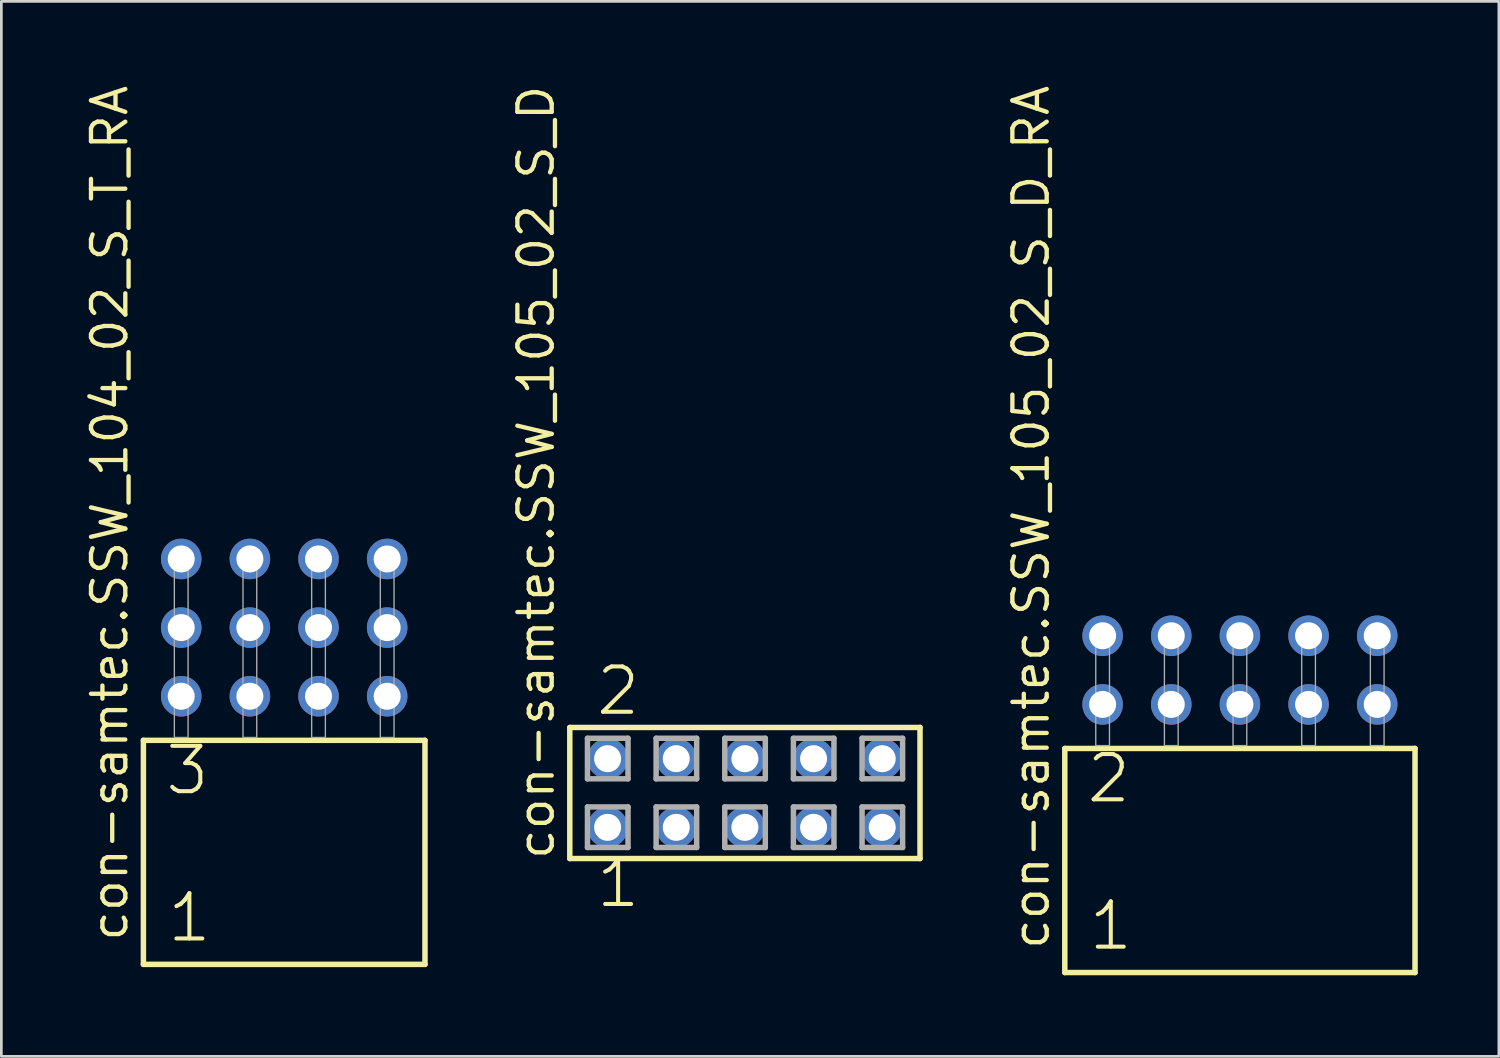
<source format=kicad_pcb>
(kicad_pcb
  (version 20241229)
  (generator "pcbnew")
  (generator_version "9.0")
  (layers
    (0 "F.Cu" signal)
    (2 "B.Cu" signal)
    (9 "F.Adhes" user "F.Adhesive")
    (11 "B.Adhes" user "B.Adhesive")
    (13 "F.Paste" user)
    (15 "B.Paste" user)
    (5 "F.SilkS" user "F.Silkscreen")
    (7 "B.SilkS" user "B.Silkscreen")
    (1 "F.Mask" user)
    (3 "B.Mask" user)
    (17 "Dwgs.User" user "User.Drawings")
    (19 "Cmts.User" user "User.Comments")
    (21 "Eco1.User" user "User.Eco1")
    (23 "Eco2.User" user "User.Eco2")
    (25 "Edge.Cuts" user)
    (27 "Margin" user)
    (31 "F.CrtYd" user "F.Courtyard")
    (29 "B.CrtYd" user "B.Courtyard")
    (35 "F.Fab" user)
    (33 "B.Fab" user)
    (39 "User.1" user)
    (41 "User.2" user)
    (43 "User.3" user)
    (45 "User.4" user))
  (footprint "con-samtec.SSW_104_02_S_T_RA"
    (layer "F.Cu")
    (at 7.465 24.235)
    (property "Reference" "con-samtec.SSW_104_02_S_T_RA" (at -5.715 7.62 90) (layer "F.SilkS") (effects (font (size 1.27 1.27) (thickness 0.16)) (justify left bottom)))
    (attr through_hole)
    (fp_line (start -5.209 0.106) (end -5.209 8.396) (stroke (width 0.203) (type default)) (layer "F.SilkS"))
    (fp_line (start -5.209 8.396) (end 5.209 8.396) (stroke (width 0.203) (type default)) (layer "F.SilkS"))
    (fp_line (start 5.209 0.106) (end -5.209 0.106) (stroke (width 0.203) (type default)) (layer "F.SilkS"))
    (fp_line (start 5.209 8.396) (end 5.209 0.106) (stroke (width 0.203) (type default)) (layer "F.SilkS"))
    (fp_rect (start -4.064 0) (end -3.556 -6.858) (stroke (width 0.05) (type default)) (fill no) (layer "F.Fab"))
    (fp_rect (start -1.524 0) (end -1.016 -6.858) (stroke (width 0.05) (type default)) (fill no) (layer "F.Fab"))
    (fp_rect (start 1.016 0) (end 1.524 -6.858) (stroke (width 0.05) (type default)) (fill no) (layer "F.Fab"))
    (fp_rect (start 3.556 0) (end 4.064 -6.858) (stroke (width 0.05) (type default)) (fill no) (layer "F.Fab"))
    (fp_text user "3" (at -4.48 2.2 0) (layer "F.SilkS") (effects (font (size 1.676 1.676) (thickness 0.15)) (justify left bottom)))
    (fp_text user "1" (at -4.405 7.65 0) (layer "F.SilkS") (effects (font (size 1.676 1.676) (thickness 0.15)) (justify left bottom)))
    (pad "1" thru_hole circle (at -3.81 -1.524) (size 1.5 1.5) (drill 1) (layers "*.Cu" "*.Mask"))
    (pad "2" thru_hole circle (at -3.81 -4.064) (size 1.5 1.5) (drill 1) (layers "*.Cu" "*.Mask"))
    (pad "3" thru_hole circle (at -3.81 -6.604) (size 1.5 1.5) (drill 1) (layers "*.Cu" "*.Mask"))
    (pad "4" thru_hole circle (at -1.27 -1.524) (size 1.5 1.5) (drill 1) (layers "*.Cu" "*.Mask"))
    (pad "5" thru_hole circle (at -1.27 -4.064) (size 1.5 1.5) (drill 1) (layers "*.Cu" "*.Mask"))
    (pad "6" thru_hole circle (at -1.27 -6.604) (size 1.5 1.5) (drill 1) (layers "*.Cu" "*.Mask"))
    (pad "7" thru_hole circle (at 1.27 -1.524) (size 1.5 1.5) (drill 1) (layers "*.Cu" "*.Mask"))
    (pad "8" thru_hole circle (at 1.27 -4.064) (size 1.5 1.5) (drill 1) (layers "*.Cu" "*.Mask"))
    (pad "9" thru_hole circle (at 1.27 -6.604) (size 1.5 1.5) (drill 1) (layers "*.Cu" "*.Mask"))
    (pad "10" thru_hole circle (at 3.81 -1.524) (size 1.5 1.5) (drill 1) (layers "*.Cu" "*.Mask"))
    (pad "11" thru_hole circle (at 3.81 -4.064) (size 1.5 1.5) (drill 1) (layers "*.Cu" "*.Mask"))
    (pad "12" thru_hole circle (at 3.81 -6.604) (size 1.5 1.5) (drill 1) (layers "*.Cu" "*.Mask")))
  (footprint "con-samtec.SSW_105_02_S_D"
    (layer "F.Cu")
    (at 24.511 26.291)
    (property "Reference" "con-samtec.SSW_105_02_S_D" (at -6.985 2.54 90) (layer "F.SilkS") (effects (font (size 1.27 1.27) (thickness 0.16)) (justify left bottom)))
    (attr through_hole)
    (fp_line (start -6.479 -2.425) (end 6.479 -2.425) (stroke (width 0.203) (type default)) (layer "F.SilkS"))
    (fp_line (start -6.479 2.425) (end -6.479 -2.425) (stroke (width 0.203) (type default)) (layer "F.SilkS"))
    (fp_line (start 6.479 -2.425) (end 6.479 2.425) (stroke (width 0.203) (type default)) (layer "F.SilkS"))
    (fp_line (start 6.479 2.425) (end -6.479 2.425) (stroke (width 0.203) (type default)) (layer "F.SilkS"))
    (fp_line (start -5.825 -2.025) (end -4.325 -2.025) (stroke (width 0.203) (type default)) (layer "F.Fab"))
    (fp_line (start -5.825 -0.525) (end -5.825 -2.025) (stroke (width 0.203) (type default)) (layer "F.Fab"))
    (fp_line (start -5.825 0.515) (end -4.325 0.515) (stroke (width 0.203) (type default)) (layer "F.Fab"))
    (fp_line (start -5.825 2.015) (end -5.825 0.515) (stroke (width 0.203) (type default)) (layer "F.Fab"))
    (fp_line (start -4.325 -2.025) (end -4.325 -0.525) (stroke (width 0.203) (type default)) (layer "F.Fab"))
    (fp_line (start -4.325 -0.525) (end -5.825 -0.525) (stroke (width 0.203) (type default)) (layer "F.Fab"))
    (fp_line (start -4.325 0.515) (end -4.325 2.015) (stroke (width 0.203) (type default)) (layer "F.Fab"))
    (fp_line (start -4.325 2.015) (end -5.825 2.015) (stroke (width 0.203) (type default)) (layer "F.Fab"))
    (fp_line (start -3.285 -2.025) (end -1.785 -2.025) (stroke (width 0.203) (type default)) (layer "F.Fab"))
    (fp_line (start -3.285 -0.525) (end -3.285 -2.025) (stroke (width 0.203) (type default)) (layer "F.Fab"))
    (fp_line (start -3.285 0.515) (end -1.785 0.515) (stroke (width 0.203) (type default)) (layer "F.Fab"))
    (fp_line (start -3.285 2.015) (end -3.285 0.515) (stroke (width 0.203) (type default)) (layer "F.Fab"))
    (fp_line (start -1.785 -2.025) (end -1.785 -0.525) (stroke (width 0.203) (type default)) (layer "F.Fab"))
    (fp_line (start -1.785 -0.525) (end -3.285 -0.525) (stroke (width 0.203) (type default)) (layer "F.Fab"))
    (fp_line (start -1.785 0.515) (end -1.785 2.015) (stroke (width 0.203) (type default)) (layer "F.Fab"))
    (fp_line (start -1.785 2.015) (end -3.285 2.015) (stroke (width 0.203) (type default)) (layer "F.Fab"))
    (fp_line (start -0.745 -2.025) (end 0.755 -2.025) (stroke (width 0.203) (type default)) (layer "F.Fab"))
    (fp_line (start -0.745 -0.525) (end -0.745 -2.025) (stroke (width 0.203) (type default)) (layer "F.Fab"))
    (fp_line (start -0.745 0.515) (end 0.755 0.515) (stroke (width 0.203) (type default)) (layer "F.Fab"))
    (fp_line (start -0.745 2.015) (end -0.745 0.515) (stroke (width 0.203) (type default)) (layer "F.Fab"))
    (fp_line (start 0.755 -2.025) (end 0.755 -0.525) (stroke (width 0.203) (type default)) (layer "F.Fab"))
    (fp_line (start 0.755 -0.525) (end -0.745 -0.525) (stroke (width 0.203) (type default)) (layer "F.Fab"))
    (fp_line (start 0.755 0.515) (end 0.755 2.015) (stroke (width 0.203) (type default)) (layer "F.Fab"))
    (fp_line (start 0.755 2.015) (end -0.745 2.015) (stroke (width 0.203) (type default)) (layer "F.Fab"))
    (fp_line (start 1.795 -2.025) (end 3.295 -2.025) (stroke (width 0.203) (type default)) (layer "F.Fab"))
    (fp_line (start 1.795 -0.525) (end 1.795 -2.025) (stroke (width 0.203) (type default)) (layer "F.Fab"))
    (fp_line (start 1.795 0.515) (end 3.295 0.515) (stroke (width 0.203) (type default)) (layer "F.Fab"))
    (fp_line (start 1.795 2.015) (end 1.795 0.515) (stroke (width 0.203) (type default)) (layer "F.Fab"))
    (fp_line (start 3.295 -2.025) (end 3.295 -0.525) (stroke (width 0.203) (type default)) (layer "F.Fab"))
    (fp_line (start 3.295 -0.525) (end 1.795 -0.525) (stroke (width 0.203) (type default)) (layer "F.Fab"))
    (fp_line (start 3.295 0.515) (end 3.295 2.015) (stroke (width 0.203) (type default)) (layer "F.Fab"))
    (fp_line (start 3.295 2.015) (end 1.795 2.015) (stroke (width 0.203) (type default)) (layer "F.Fab"))
    (fp_line (start 4.335 -2.025) (end 5.835 -2.025) (stroke (width 0.203) (type default)) (layer "F.Fab"))
    (fp_line (start 4.335 -0.525) (end 4.335 -2.025) (stroke (width 0.203) (type default)) (layer "F.Fab"))
    (fp_line (start 4.335 0.515) (end 5.835 0.515) (stroke (width 0.203) (type default)) (layer "F.Fab"))
    (fp_line (start 4.335 2.015) (end 4.335 0.515) (stroke (width 0.203) (type default)) (layer "F.Fab"))
    (fp_line (start 5.835 -2.025) (end 5.835 -0.525) (stroke (width 0.203) (type default)) (layer "F.Fab"))
    (fp_line (start 5.835 -0.525) (end 4.335 -0.525) (stroke (width 0.203) (type default)) (layer "F.Fab"))
    (fp_line (start 5.835 0.515) (end 5.835 2.015) (stroke (width 0.203) (type default)) (layer "F.Fab"))
    (fp_line (start 5.835 2.015) (end 4.335 2.015) (stroke (width 0.203) (type default)) (layer "F.Fab"))
    (fp_text user "2" (at -5.588 -2.794 0) (layer "F.SilkS") (effects (font (size 1.676 1.676) (thickness 0.15)) (justify left bottom)))
    (fp_text user "1" (at -5.588 4.318 0) (layer "F.SilkS") (effects (font (size 1.676 1.676) (thickness 0.15)) (justify left bottom)))
    (pad "1" thru_hole circle (at -5.08 1.27) (size 1.5 1.5) (drill 1) (layers "*.Cu" "*.Mask"))
    (pad "2" thru_hole circle (at -5.08 -1.27) (size 1.5 1.5) (drill 1) (layers "*.Cu" "*.Mask"))
    (pad "3" thru_hole circle (at -2.54 1.27) (size 1.5 1.5) (drill 1) (layers "*.Cu" "*.Mask"))
    (pad "4" thru_hole circle (at -2.54 -1.27) (size 1.5 1.5) (drill 1) (layers "*.Cu" "*.Mask"))
    (pad "5" thru_hole circle (at 0 1.27) (size 1.5 1.5) (drill 1) (layers "*.Cu" "*.Mask"))
    (pad "6" thru_hole circle (at 0 -1.27) (size 1.5 1.5) (drill 1) (layers "*.Cu" "*.Mask"))
    (pad "7" thru_hole circle (at 2.54 1.27) (size 1.5 1.5) (drill 1) (layers "*.Cu" "*.Mask"))
    (pad "8" thru_hole circle (at 2.54 -1.27) (size 1.5 1.5) (drill 1) (layers "*.Cu" "*.Mask"))
    (pad "9" thru_hole circle (at 5.08 1.27) (size 1.5 1.5) (drill 1) (layers "*.Cu" "*.Mask"))
    (pad "10" thru_hole circle (at 5.08 -1.27) (size 1.5 1.5) (drill 1) (layers "*.Cu" "*.Mask")))
  (footprint "con-samtec.SSW_105_02_S_D_RA"
    (layer "F.Cu")
    (at 42.826 24.537)
    (property "Reference" "con-samtec.SSW_105_02_S_D_RA" (at -6.985 7.62 90) (layer "F.SilkS") (effects (font (size 1.27 1.27) (thickness 0.16)) (justify left bottom)))
    (attr through_hole)
    (fp_line (start -6.479 0.106) (end -6.479 8.396) (stroke (width 0.203) (type default)) (layer "F.SilkS"))
    (fp_line (start -6.479 8.396) (end 6.479 8.396) (stroke (width 0.203) (type default)) (layer "F.SilkS"))
    (fp_line (start 6.479 0.106) (end -6.479 0.106) (stroke (width 0.203) (type default)) (layer "F.SilkS"))
    (fp_line (start 6.479 8.396) (end 6.479 0.106) (stroke (width 0.203) (type default)) (layer "F.SilkS"))
    (fp_rect (start -5.334 0) (end -4.826 -4.318) (stroke (width 0.05) (type default)) (fill no) (layer "F.Fab"))
    (fp_rect (start -2.794 0) (end -2.286 -4.318) (stroke (width 0.05) (type default)) (fill no) (layer "F.Fab"))
    (fp_rect (start -0.254 0) (end 0.254 -4.318) (stroke (width 0.05) (type default)) (fill no) (layer "F.Fab"))
    (fp_rect (start 2.286 0) (end 2.794 -4.318) (stroke (width 0.05) (type default)) (fill no) (layer "F.Fab"))
    (fp_rect (start 4.826 0) (end 5.334 -4.318) (stroke (width 0.05) (type default)) (fill no) (layer "F.Fab"))
    (fp_text user "1" (at -5.675 7.65 0) (layer "F.SilkS") (effects (font (size 1.676 1.676) (thickness 0.15)) (justify left bottom)))
    (fp_text user "2" (at -5.75 2.2 0) (layer "F.SilkS") (effects (font (size 1.676 1.676) (thickness 0.15)) (justify left bottom)))
    (pad "1" thru_hole circle (at -5.08 -1.524) (size 1.5 1.5) (drill 1) (layers "*.Cu" "*.Mask"))
    (pad "2" thru_hole circle (at -5.08 -4.064) (size 1.5 1.5) (drill 1) (layers "*.Cu" "*.Mask"))
    (pad "3" thru_hole circle (at -2.54 -1.524) (size 1.5 1.5) (drill 1) (layers "*.Cu" "*.Mask"))
    (pad "4" thru_hole circle (at -2.54 -4.064) (size 1.5 1.5) (drill 1) (layers "*.Cu" "*.Mask"))
    (pad "5" thru_hole circle (at 0 -1.524) (size 1.5 1.5) (drill 1) (layers "*.Cu" "*.Mask"))
    (pad "6" thru_hole circle (at 0 -4.064) (size 1.5 1.5) (drill 1) (layers "*.Cu" "*.Mask"))
    (pad "7" thru_hole circle (at 2.54 -1.524) (size 1.5 1.5) (drill 1) (layers "*.Cu" "*.Mask"))
    (pad "8" thru_hole circle (at 2.54 -4.064) (size 1.5 1.5) (drill 1) (layers "*.Cu" "*.Mask"))
    (pad "9" thru_hole circle (at 5.08 -1.524) (size 1.5 1.5) (drill 1) (layers "*.Cu" "*.Mask"))
    (pad "10" thru_hole circle (at 5.08 -4.064) (size 1.5 1.5) (drill 1) (layers "*.Cu" "*.Mask")))
  (gr_rect
    (start -3 -3)
    (end 52.407 36.035)
    (stroke (width 0.1) (type default))
    (fill no)
    (layer "Edge.Cuts")))
</source>
